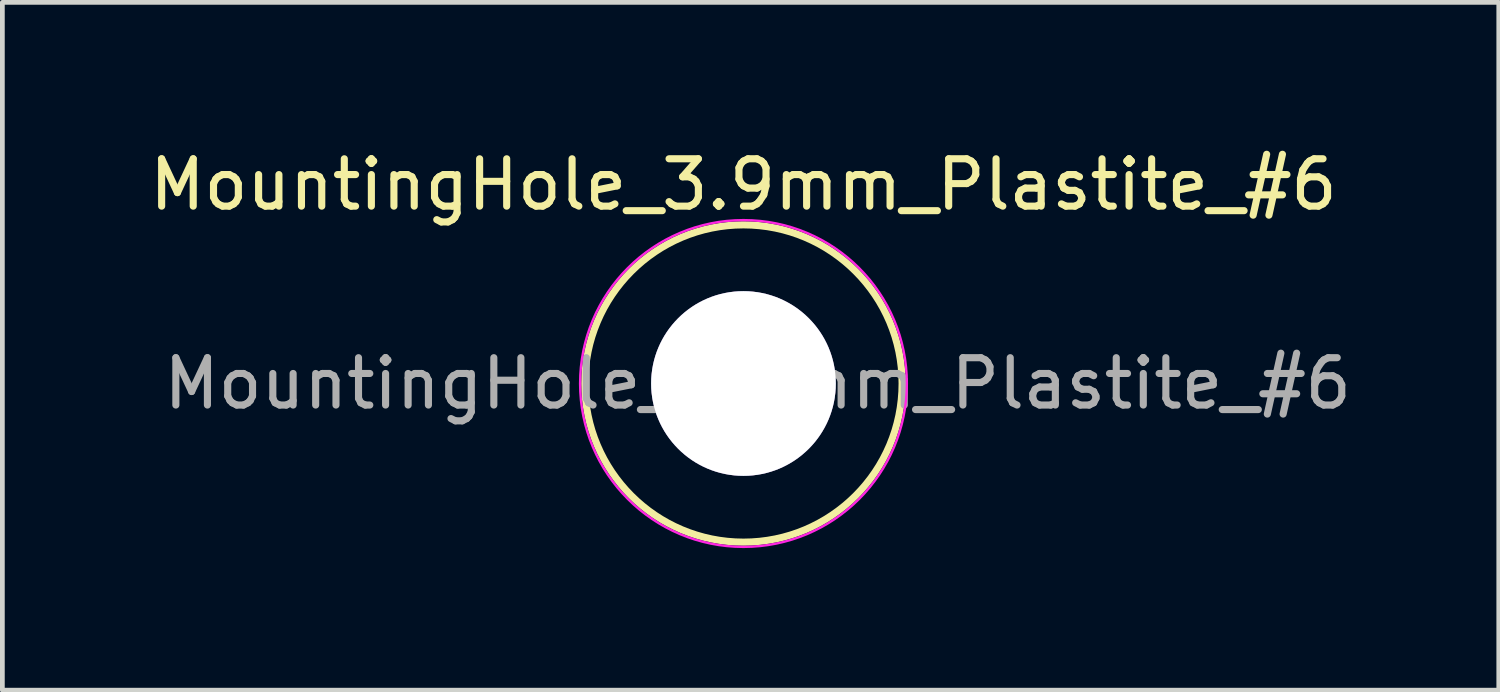
<source format=kicad_pcb>
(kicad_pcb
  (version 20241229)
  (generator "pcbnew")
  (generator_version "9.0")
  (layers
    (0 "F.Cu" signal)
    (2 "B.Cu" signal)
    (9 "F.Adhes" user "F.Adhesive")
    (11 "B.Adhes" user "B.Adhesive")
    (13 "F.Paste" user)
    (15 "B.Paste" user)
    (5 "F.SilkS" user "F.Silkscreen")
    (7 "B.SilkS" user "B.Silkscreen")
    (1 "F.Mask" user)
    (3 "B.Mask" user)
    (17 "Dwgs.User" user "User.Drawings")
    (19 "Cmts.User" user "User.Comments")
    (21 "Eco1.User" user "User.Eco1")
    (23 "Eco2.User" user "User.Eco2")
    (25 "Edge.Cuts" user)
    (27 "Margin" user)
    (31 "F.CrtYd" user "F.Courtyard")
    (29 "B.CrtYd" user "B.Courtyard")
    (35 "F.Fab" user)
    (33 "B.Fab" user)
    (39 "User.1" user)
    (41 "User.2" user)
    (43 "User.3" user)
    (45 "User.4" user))
  (footprint "MountingHole_3.9mm_Plastite_#6"
    (layer "F.Cu")
    (at 12.649 5.048)
    (property "Reference" "MountingHole_3.9mm_Plastite_#6" (at 0 -4.2 0) (layer "F.SilkS") (effects (font (size 1 1) (thickness 0.15))))
    (attr exclude_from_pos_files exclude_from_bom)
    (fp_circle (center 0 0) (end 3.35 0) (stroke (width 0.15) (type solid)) (fill no) (layer "F.SilkS"))
    (fp_circle (center 0 0) (end 3.45 0) (stroke (width 0.05) (type solid)) (fill no) (layer "F.CrtYd"))
    (fp_text user "${REFERENCE}" (at 0.3 0 0) (layer "F.Fab") (effects (font (size 1 1) (thickness 0.15))))
    (pad "" thru_hole circle (at 0 0) (size 3.9 3.9) (drill 3.9) (layers "*.Cu" "*.Mask")))
  (gr_rect
    (start -3 -3)
    (end 28.598 11.523)
    (stroke (width 0.1) (type default))
    (fill no)
    (layer "Edge.Cuts")))
</source>
